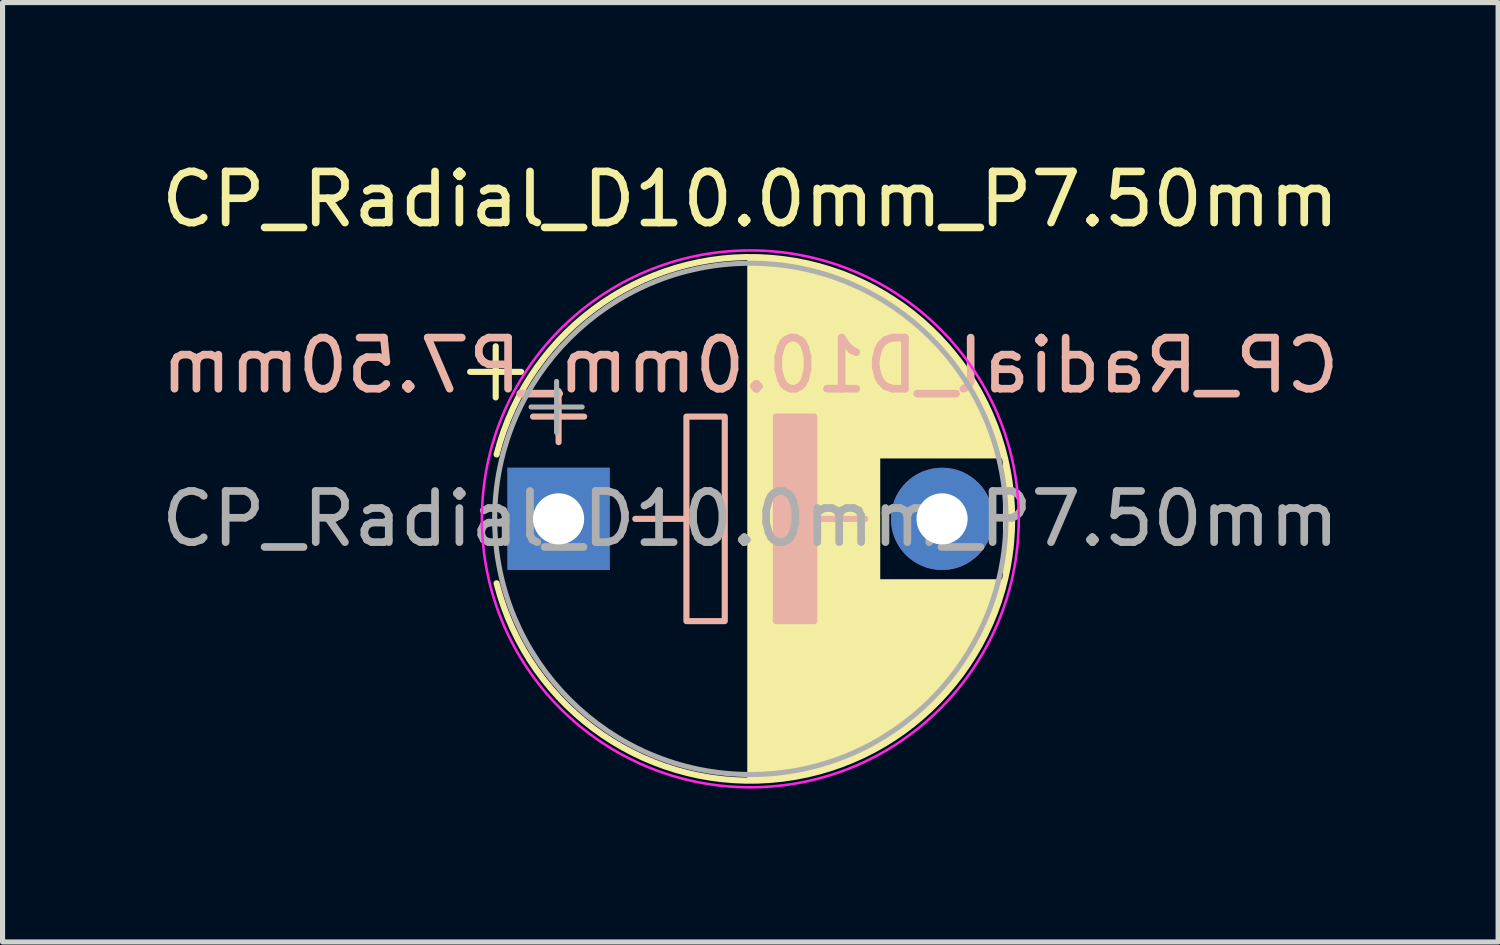
<source format=kicad_pcb>
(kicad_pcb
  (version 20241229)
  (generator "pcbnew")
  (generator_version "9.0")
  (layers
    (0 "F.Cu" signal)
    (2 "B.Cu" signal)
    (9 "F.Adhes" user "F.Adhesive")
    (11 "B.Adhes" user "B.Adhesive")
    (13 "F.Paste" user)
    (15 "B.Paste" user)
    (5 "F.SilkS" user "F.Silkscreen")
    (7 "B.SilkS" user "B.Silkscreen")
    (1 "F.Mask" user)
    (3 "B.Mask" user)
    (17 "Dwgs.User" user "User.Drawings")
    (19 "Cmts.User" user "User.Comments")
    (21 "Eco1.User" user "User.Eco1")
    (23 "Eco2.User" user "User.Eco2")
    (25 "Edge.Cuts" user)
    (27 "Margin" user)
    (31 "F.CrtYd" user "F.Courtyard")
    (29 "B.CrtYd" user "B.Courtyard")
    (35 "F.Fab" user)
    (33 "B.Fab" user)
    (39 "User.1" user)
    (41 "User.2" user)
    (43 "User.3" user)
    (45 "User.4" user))
  (footprint "CP_Radial_D10.0mm_P7.50mm"
    (layer "F.Cu")
    (at 7.875 7.098)
    (property "Reference" "CP_Radial_D10.0mm_P7.50mm" (at 3.75 -6.25 0) (layer "F.SilkS") (effects (font (size 1 1) (thickness 0.15))))
    (fp_line (start -1.73 -2.875) (end -0.73 -2.875) (stroke (width 0.12) (type solid)) (layer "F.SilkS"))
    (fp_line (start -1.23 -3.375) (end -1.23 -2.375) (stroke (width 0.12) (type solid)) (layer "F.SilkS"))
    (fp_line (start 3.75 -5.08) (end 3.75 5.08) (stroke (width 0.12) (type solid)) (layer "F.SilkS"))
    (fp_line (start 3.79 -5.08) (end 3.79 5.08) (stroke (width 0.12) (type solid)) (layer "F.SilkS"))
    (fp_line (start 3.83 -5.08) (end 3.83 5.08) (stroke (width 0.12) (type solid)) (layer "F.SilkS"))
    (fp_line (start 3.87 -5.079) (end 3.87 5.079) (stroke (width 0.12) (type solid)) (layer "F.SilkS"))
    (fp_line (start 3.91 -5.078) (end 3.91 5.078) (stroke (width 0.12) (type solid)) (layer "F.SilkS"))
    (fp_line (start 3.95 -5.077) (end 3.95 5.077) (stroke (width 0.12) (type solid)) (layer "F.SilkS"))
    (fp_line (start 3.99 -5.075) (end 3.99 5.075) (stroke (width 0.12) (type solid)) (layer "F.SilkS"))
    (fp_line (start 4.03 -5.073) (end 4.03 5.073) (stroke (width 0.12) (type solid)) (layer "F.SilkS"))
    (fp_line (start 4.07 -5.07) (end 4.07 5.07) (stroke (width 0.12) (type solid)) (layer "F.SilkS"))
    (fp_line (start 4.11 -5.068) (end 4.11 5.068) (stroke (width 0.12) (type solid)) (layer "F.SilkS"))
    (fp_line (start 4.15 -5.065) (end 4.15 5.065) (stroke (width 0.12) (type solid)) (layer "F.SilkS"))
    (fp_line (start 4.19 -5.062) (end 4.19 5.062) (stroke (width 0.12) (type solid)) (layer "F.SilkS"))
    (fp_line (start 4.23 -5.058) (end 4.23 5.058) (stroke (width 0.12) (type solid)) (layer "F.SilkS"))
    (fp_line (start 4.27 -5.054) (end 4.27 5.054) (stroke (width 0.12) (type solid)) (layer "F.SilkS"))
    (fp_line (start 4.31 -5.05) (end 4.31 5.05) (stroke (width 0.12) (type solid)) (layer "F.SilkS"))
    (fp_line (start 4.35 -5.045) (end 4.35 5.045) (stroke (width 0.12) (type solid)) (layer "F.SilkS"))
    (fp_line (start 4.39 -5.04) (end 4.39 5.04) (stroke (width 0.12) (type solid)) (layer "F.SilkS"))
    (fp_line (start 4.43 -5.035) (end 4.43 5.035) (stroke (width 0.12) (type solid)) (layer "F.SilkS"))
    (fp_line (start 4.471 -5.03) (end 4.471 5.03) (stroke (width 0.12) (type solid)) (layer "F.SilkS"))
    (fp_line (start 4.511 -5.024) (end 4.511 5.024) (stroke (width 0.12) (type solid)) (layer "F.SilkS"))
    (fp_line (start 4.551 -5.018) (end 4.551 5.018) (stroke (width 0.12) (type solid)) (layer "F.SilkS"))
    (fp_line (start 4.591 -5.011) (end 4.591 5.011) (stroke (width 0.12) (type solid)) (layer "F.SilkS"))
    (fp_line (start 4.631 -5.004) (end 4.631 5.004) (stroke (width 0.12) (type solid)) (layer "F.SilkS"))
    (fp_line (start 4.671 -4.997) (end 4.671 4.997) (stroke (width 0.12) (type solid)) (layer "F.SilkS"))
    (fp_line (start 4.711 -4.99) (end 4.711 4.99) (stroke (width 0.12) (type solid)) (layer "F.SilkS"))
    (fp_line (start 4.751 -4.982) (end 4.751 4.982) (stroke (width 0.12) (type solid)) (layer "F.SilkS"))
    (fp_line (start 4.791 -4.974) (end 4.791 4.974) (stroke (width 0.12) (type solid)) (layer "F.SilkS"))
    (fp_line (start 4.831 -4.965) (end 4.831 4.965) (stroke (width 0.12) (type solid)) (layer "F.SilkS"))
    (fp_line (start 4.871 -4.956) (end 4.871 4.956) (stroke (width 0.12) (type solid)) (layer "F.SilkS"))
    (fp_line (start 4.911 -4.947) (end 4.911 4.947) (stroke (width 0.12) (type solid)) (layer "F.SilkS"))
    (fp_line (start 4.951 -4.938) (end 4.951 4.938) (stroke (width 0.12) (type solid)) (layer "F.SilkS"))
    (fp_line (start 4.991 -4.928) (end 4.991 4.928) (stroke (width 0.12) (type solid)) (layer "F.SilkS"))
    (fp_line (start 5.031 -4.918) (end 5.031 4.918) (stroke (width 0.12) (type solid)) (layer "F.SilkS"))
    (fp_line (start 5.071 -4.907) (end 5.071 4.907) (stroke (width 0.12) (type solid)) (layer "F.SilkS"))
    (fp_line (start 5.111 -4.897) (end 5.111 4.897) (stroke (width 0.12) (type solid)) (layer "F.SilkS"))
    (fp_line (start 5.151 -4.885) (end 5.151 4.885) (stroke (width 0.12) (type solid)) (layer "F.SilkS"))
    (fp_line (start 5.191 -4.874) (end 5.191 4.874) (stroke (width 0.12) (type solid)) (layer "F.SilkS"))
    (fp_line (start 5.231 -4.862) (end 5.231 4.862) (stroke (width 0.12) (type solid)) (layer "F.SilkS"))
    (fp_line (start 5.271 -4.85) (end 5.271 4.85) (stroke (width 0.12) (type solid)) (layer "F.SilkS"))
    (fp_line (start 5.311 -4.837) (end 5.311 4.837) (stroke (width 0.12) (type solid)) (layer "F.SilkS"))
    (fp_line (start 5.351 -4.824) (end 5.351 4.824) (stroke (width 0.12) (type solid)) (layer "F.SilkS"))
    (fp_line (start 5.391 -4.811) (end 5.391 4.811) (stroke (width 0.12) (type solid)) (layer "F.SilkS"))
    (fp_line (start 5.431 -4.797) (end 5.431 4.797) (stroke (width 0.12) (type solid)) (layer "F.SilkS"))
    (fp_line (start 5.471 -4.783) (end 5.471 4.783) (stroke (width 0.12) (type solid)) (layer "F.SilkS"))
    (fp_line (start 5.511 -4.768) (end 5.511 4.768) (stroke (width 0.12) (type solid)) (layer "F.SilkS"))
    (fp_line (start 5.551 -4.754) (end 5.551 4.754) (stroke (width 0.12) (type solid)) (layer "F.SilkS"))
    (fp_line (start 5.591 -4.738) (end 5.591 4.738) (stroke (width 0.12) (type solid)) (layer "F.SilkS"))
    (fp_line (start 5.631 -4.723) (end 5.631 4.723) (stroke (width 0.12) (type solid)) (layer "F.SilkS"))
    (fp_line (start 5.671 -4.707) (end 5.671 4.707) (stroke (width 0.12) (type solid)) (layer "F.SilkS"))
    (fp_line (start 5.711 -4.69) (end 5.711 4.69) (stroke (width 0.12) (type solid)) (layer "F.SilkS"))
    (fp_line (start 5.751 -4.674) (end 5.751 4.674) (stroke (width 0.12) (type solid)) (layer "F.SilkS"))
    (fp_line (start 5.791 -4.657) (end 5.791 4.657) (stroke (width 0.12) (type solid)) (layer "F.SilkS"))
    (fp_line (start 5.831 -4.639) (end 5.831 4.639) (stroke (width 0.12) (type solid)) (layer "F.SilkS"))
    (fp_line (start 5.871 -4.621) (end 5.871 4.621) (stroke (width 0.12) (type solid)) (layer "F.SilkS"))
    (fp_line (start 5.911 -4.603) (end 5.911 4.603) (stroke (width 0.12) (type solid)) (layer "F.SilkS"))
    (fp_line (start 5.951 -4.584) (end 5.951 4.584) (stroke (width 0.12) (type solid)) (layer "F.SilkS"))
    (fp_line (start 5.991 -4.564) (end 5.991 4.564) (stroke (width 0.12) (type solid)) (layer "F.SilkS"))
    (fp_line (start 6.031 -4.545) (end 6.031 4.545) (stroke (width 0.12) (type solid)) (layer "F.SilkS"))
    (fp_line (start 6.071 -4.525) (end 6.071 4.525) (stroke (width 0.12) (type solid)) (layer "F.SilkS"))
    (fp_line (start 6.111 -4.504) (end 6.111 4.504) (stroke (width 0.12) (type solid)) (layer "F.SilkS"))
    (fp_line (start 6.151 -4.483) (end 6.151 4.483) (stroke (width 0.12) (type solid)) (layer "F.SilkS"))
    (fp_line (start 6.191 -4.462) (end 6.191 4.462) (stroke (width 0.12) (type solid)) (layer "F.SilkS"))
    (fp_line (start 6.231 -4.44) (end 6.231 4.44) (stroke (width 0.12) (type solid)) (layer "F.SilkS"))
    (fp_line (start 6.271 -4.417) (end 6.271 -1.241) (stroke (width 0.12) (type solid)) (layer "F.SilkS"))
    (fp_line (start 6.271 1.241) (end 6.271 4.417) (stroke (width 0.12) (type solid)) (layer "F.SilkS"))
    (fp_line (start 6.311 -4.395) (end 6.311 -1.241) (stroke (width 0.12) (type solid)) (layer "F.SilkS"))
    (fp_line (start 6.311 1.241) (end 6.311 4.395) (stroke (width 0.12) (type solid)) (layer "F.SilkS"))
    (fp_line (start 6.351 -4.371) (end 6.351 -1.241) (stroke (width 0.12) (type solid)) (layer "F.SilkS"))
    (fp_line (start 6.351 1.241) (end 6.351 4.371) (stroke (width 0.12) (type solid)) (layer "F.SilkS"))
    (fp_line (start 6.391 -4.347) (end 6.391 -1.241) (stroke (width 0.12) (type solid)) (layer "F.SilkS"))
    (fp_line (start 6.391 1.241) (end 6.391 4.347) (stroke (width 0.12) (type solid)) (layer "F.SilkS"))
    (fp_line (start 6.431 -4.323) (end 6.431 -1.241) (stroke (width 0.12) (type solid)) (layer "F.SilkS"))
    (fp_line (start 6.431 1.241) (end 6.431 4.323) (stroke (width 0.12) (type solid)) (layer "F.SilkS"))
    (fp_line (start 6.471 -4.298) (end 6.471 -1.241) (stroke (width 0.12) (type solid)) (layer "F.SilkS"))
    (fp_line (start 6.471 1.241) (end 6.471 4.298) (stroke (width 0.12) (type solid)) (layer "F.SilkS"))
    (fp_line (start 6.511 -4.273) (end 6.511 -1.241) (stroke (width 0.12) (type solid)) (layer "F.SilkS"))
    (fp_line (start 6.511 1.241) (end 6.511 4.273) (stroke (width 0.12) (type solid)) (layer "F.SilkS"))
    (fp_line (start 6.551 -4.247) (end 6.551 -1.241) (stroke (width 0.12) (type solid)) (layer "F.SilkS"))
    (fp_line (start 6.551 1.241) (end 6.551 4.247) (stroke (width 0.12) (type solid)) (layer "F.SilkS"))
    (fp_line (start 6.591 -4.221) (end 6.591 -1.241) (stroke (width 0.12) (type solid)) (layer "F.SilkS"))
    (fp_line (start 6.591 1.241) (end 6.591 4.221) (stroke (width 0.12) (type solid)) (layer "F.SilkS"))
    (fp_line (start 6.631 -4.194) (end 6.631 -1.241) (stroke (width 0.12) (type solid)) (layer "F.SilkS"))
    (fp_line (start 6.631 1.241) (end 6.631 4.194) (stroke (width 0.12) (type solid)) (layer "F.SilkS"))
    (fp_line (start 6.671 -4.166) (end 6.671 -1.241) (stroke (width 0.12) (type solid)) (layer "F.SilkS"))
    (fp_line (start 6.671 1.241) (end 6.671 4.166) (stroke (width 0.12) (type solid)) (layer "F.SilkS"))
    (fp_line (start 6.711 -4.138) (end 6.711 -1.241) (stroke (width 0.12) (type solid)) (layer "F.SilkS"))
    (fp_line (start 6.711 1.241) (end 6.711 4.138) (stroke (width 0.12) (type solid)) (layer "F.SilkS"))
    (fp_line (start 6.751 -4.11) (end 6.751 -1.241) (stroke (width 0.12) (type solid)) (layer "F.SilkS"))
    (fp_line (start 6.751 1.241) (end 6.751 4.11) (stroke (width 0.12) (type solid)) (layer "F.SilkS"))
    (fp_line (start 6.791 -4.08) (end 6.791 -1.241) (stroke (width 0.12) (type solid)) (layer "F.SilkS"))
    (fp_line (start 6.791 1.241) (end 6.791 4.08) (stroke (width 0.12) (type solid)) (layer "F.SilkS"))
    (fp_line (start 6.831 -4.05) (end 6.831 -1.241) (stroke (width 0.12) (type solid)) (layer "F.SilkS"))
    (fp_line (start 6.831 1.241) (end 6.831 4.05) (stroke (width 0.12) (type solid)) (layer "F.SilkS"))
    (fp_line (start 6.871 -4.02) (end 6.871 -1.241) (stroke (width 0.12) (type solid)) (layer "F.SilkS"))
    (fp_line (start 6.871 1.241) (end 6.871 4.02) (stroke (width 0.12) (type solid)) (layer "F.SilkS"))
    (fp_line (start 6.911 -3.989) (end 6.911 -1.241) (stroke (width 0.12) (type solid)) (layer "F.SilkS"))
    (fp_line (start 6.911 1.241) (end 6.911 3.989) (stroke (width 0.12) (type solid)) (layer "F.SilkS"))
    (fp_line (start 6.951 -3.957) (end 6.951 -1.241) (stroke (width 0.12) (type solid)) (layer "F.SilkS"))
    (fp_line (start 6.951 1.241) (end 6.951 3.957) (stroke (width 0.12) (type solid)) (layer "F.SilkS"))
    (fp_line (start 6.991 -3.925) (end 6.991 -1.241) (stroke (width 0.12) (type solid)) (layer "F.SilkS"))
    (fp_line (start 6.991 1.241) (end 6.991 3.925) (stroke (width 0.12) (type solid)) (layer "F.SilkS"))
    (fp_line (start 7.031 -3.892) (end 7.031 -1.241) (stroke (width 0.12) (type solid)) (layer "F.SilkS"))
    (fp_line (start 7.031 1.241) (end 7.031 3.892) (stroke (width 0.12) (type solid)) (layer "F.SilkS"))
    (fp_line (start 7.071 -3.858) (end 7.071 -1.241) (stroke (width 0.12) (type solid)) (layer "F.SilkS"))
    (fp_line (start 7.071 1.241) (end 7.071 3.858) (stroke (width 0.12) (type solid)) (layer "F.SilkS"))
    (fp_line (start 7.111 -3.824) (end 7.111 -1.241) (stroke (width 0.12) (type solid)) (layer "F.SilkS"))
    (fp_line (start 7.111 1.241) (end 7.111 3.824) (stroke (width 0.12) (type solid)) (layer "F.SilkS"))
    (fp_line (start 7.151 -3.789) (end 7.151 -1.241) (stroke (width 0.12) (type solid)) (layer "F.SilkS"))
    (fp_line (start 7.151 1.241) (end 7.151 3.789) (stroke (width 0.12) (type solid)) (layer "F.SilkS"))
    (fp_line (start 7.191 -3.753) (end 7.191 -1.241) (stroke (width 0.12) (type solid)) (layer "F.SilkS"))
    (fp_line (start 7.191 1.241) (end 7.191 3.753) (stroke (width 0.12) (type solid)) (layer "F.SilkS"))
    (fp_line (start 7.231 -3.716) (end 7.231 -1.241) (stroke (width 0.12) (type solid)) (layer "F.SilkS"))
    (fp_line (start 7.231 1.241) (end 7.231 3.716) (stroke (width 0.12) (type solid)) (layer "F.SilkS"))
    (fp_line (start 7.271 -3.679) (end 7.271 -1.241) (stroke (width 0.12) (type solid)) (layer "F.SilkS"))
    (fp_line (start 7.271 1.241) (end 7.271 3.679) (stroke (width 0.12) (type solid)) (layer "F.SilkS"))
    (fp_line (start 7.311 -3.64) (end 7.311 -1.241) (stroke (width 0.12) (type solid)) (layer "F.SilkS"))
    (fp_line (start 7.311 1.241) (end 7.311 3.64) (stroke (width 0.12) (type solid)) (layer "F.SilkS"))
    (fp_line (start 7.351 -3.601) (end 7.351 -1.241) (stroke (width 0.12) (type solid)) (layer "F.SilkS"))
    (fp_line (start 7.351 1.241) (end 7.351 3.601) (stroke (width 0.12) (type solid)) (layer "F.SilkS"))
    (fp_line (start 7.391 -3.561) (end 7.391 -1.241) (stroke (width 0.12) (type solid)) (layer "F.SilkS"))
    (fp_line (start 7.391 1.241) (end 7.391 3.561) (stroke (width 0.12) (type solid)) (layer "F.SilkS"))
    (fp_line (start 7.431 -3.52) (end 7.431 -1.241) (stroke (width 0.12) (type solid)) (layer "F.SilkS"))
    (fp_line (start 7.431 1.241) (end 7.431 3.52) (stroke (width 0.12) (type solid)) (layer "F.SilkS"))
    (fp_line (start 7.471 -3.478) (end 7.471 -1.241) (stroke (width 0.12) (type solid)) (layer "F.SilkS"))
    (fp_line (start 7.471 1.241) (end 7.471 3.478) (stroke (width 0.12) (type solid)) (layer "F.SilkS"))
    (fp_line (start 7.511 -3.436) (end 7.511 -1.241) (stroke (width 0.12) (type solid)) (layer "F.SilkS"))
    (fp_line (start 7.511 1.241) (end 7.511 3.436) (stroke (width 0.12) (type solid)) (layer "F.SilkS"))
    (fp_line (start 7.551 -3.392) (end 7.551 -1.241) (stroke (width 0.12) (type solid)) (layer "F.SilkS"))
    (fp_line (start 7.551 1.241) (end 7.551 3.392) (stroke (width 0.12) (type solid)) (layer "F.SilkS"))
    (fp_line (start 7.591 -3.347) (end 7.591 -1.241) (stroke (width 0.12) (type solid)) (layer "F.SilkS"))
    (fp_line (start 7.591 1.241) (end 7.591 3.347) (stroke (width 0.12) (type solid)) (layer "F.SilkS"))
    (fp_line (start 7.631 -3.301) (end 7.631 -1.241) (stroke (width 0.12) (type solid)) (layer "F.SilkS"))
    (fp_line (start 7.631 1.241) (end 7.631 3.301) (stroke (width 0.12) (type solid)) (layer "F.SilkS"))
    (fp_line (start 7.671 -3.254) (end 7.671 -1.241) (stroke (width 0.12) (type solid)) (layer "F.SilkS"))
    (fp_line (start 7.671 1.241) (end 7.671 3.254) (stroke (width 0.12) (type solid)) (layer "F.SilkS"))
    (fp_line (start 7.711 -3.206) (end 7.711 -1.241) (stroke (width 0.12) (type solid)) (layer "F.SilkS"))
    (fp_line (start 7.711 1.241) (end 7.711 3.206) (stroke (width 0.12) (type solid)) (layer "F.SilkS"))
    (fp_line (start 7.751 -3.156) (end 7.751 -1.241) (stroke (width 0.12) (type solid)) (layer "F.SilkS"))
    (fp_line (start 7.751 1.241) (end 7.751 3.156) (stroke (width 0.12) (type solid)) (layer "F.SilkS"))
    (fp_line (start 7.791 -3.106) (end 7.791 -1.241) (stroke (width 0.12) (type solid)) (layer "F.SilkS"))
    (fp_line (start 7.791 1.241) (end 7.791 3.106) (stroke (width 0.12) (type solid)) (layer "F.SilkS"))
    (fp_line (start 7.831 -3.054) (end 7.831 -1.241) (stroke (width 0.12) (type solid)) (layer "F.SilkS"))
    (fp_line (start 7.831 1.241) (end 7.831 3.054) (stroke (width 0.12) (type solid)) (layer "F.SilkS"))
    (fp_line (start 7.871 -3) (end 7.871 -1.241) (stroke (width 0.12) (type solid)) (layer "F.SilkS"))
    (fp_line (start 7.871 1.241) (end 7.871 3) (stroke (width 0.12) (type solid)) (layer "F.SilkS"))
    (fp_line (start 7.911 -2.945) (end 7.911 -1.241) (stroke (width 0.12) (type solid)) (layer "F.SilkS"))
    (fp_line (start 7.911 1.241) (end 7.911 2.945) (stroke (width 0.12) (type solid)) (layer "F.SilkS"))
    (fp_line (start 7.951 -2.889) (end 7.951 -1.241) (stroke (width 0.12) (type solid)) (layer "F.SilkS"))
    (fp_line (start 7.951 1.241) (end 7.951 2.889) (stroke (width 0.12) (type solid)) (layer "F.SilkS"))
    (fp_line (start 7.991 -2.83) (end 7.991 -1.241) (stroke (width 0.12) (type solid)) (layer "F.SilkS"))
    (fp_line (start 7.991 1.241) (end 7.991 2.83) (stroke (width 0.12) (type solid)) (layer "F.SilkS"))
    (fp_line (start 8.031 -2.77) (end 8.031 -1.241) (stroke (width 0.12) (type solid)) (layer "F.SilkS"))
    (fp_line (start 8.031 1.241) (end 8.031 2.77) (stroke (width 0.12) (type solid)) (layer "F.SilkS"))
    (fp_line (start 8.071 -2.709) (end 8.071 -1.241) (stroke (width 0.12) (type solid)) (layer "F.SilkS"))
    (fp_line (start 8.071 1.241) (end 8.071 2.709) (stroke (width 0.12) (type solid)) (layer "F.SilkS"))
    (fp_line (start 8.111 -2.645) (end 8.111 -1.241) (stroke (width 0.12) (type solid)) (layer "F.SilkS"))
    (fp_line (start 8.111 1.241) (end 8.111 2.645) (stroke (width 0.12) (type solid)) (layer "F.SilkS"))
    (fp_line (start 8.151 -2.579) (end 8.151 -1.241) (stroke (width 0.12) (type solid)) (layer "F.SilkS"))
    (fp_line (start 8.151 1.241) (end 8.151 2.579) (stroke (width 0.12) (type solid)) (layer "F.SilkS"))
    (fp_line (start 8.191 -2.51) (end 8.191 -1.241) (stroke (width 0.12) (type solid)) (layer "F.SilkS"))
    (fp_line (start 8.191 1.241) (end 8.191 2.51) (stroke (width 0.12) (type solid)) (layer "F.SilkS"))
    (fp_line (start 8.231 -2.439) (end 8.231 -1.241) (stroke (width 0.12) (type solid)) (layer "F.SilkS"))
    (fp_line (start 8.231 1.241) (end 8.231 2.439) (stroke (width 0.12) (type solid)) (layer "F.SilkS"))
    (fp_line (start 8.271 -2.365) (end 8.271 -1.241) (stroke (width 0.12) (type solid)) (layer "F.SilkS"))
    (fp_line (start 8.271 1.241) (end 8.271 2.365) (stroke (width 0.12) (type solid)) (layer "F.SilkS"))
    (fp_line (start 8.311 -2.289) (end 8.311 -1.241) (stroke (width 0.12) (type solid)) (layer "F.SilkS"))
    (fp_line (start 8.311 1.241) (end 8.311 2.289) (stroke (width 0.12) (type solid)) (layer "F.SilkS"))
    (fp_line (start 8.351 -2.209) (end 8.351 -1.241) (stroke (width 0.12) (type solid)) (layer "F.SilkS"))
    (fp_line (start 8.351 1.241) (end 8.351 2.209) (stroke (width 0.12) (type solid)) (layer "F.SilkS"))
    (fp_line (start 8.391 -2.125) (end 8.391 -1.241) (stroke (width 0.12) (type solid)) (layer "F.SilkS"))
    (fp_line (start 8.391 1.241) (end 8.391 2.125) (stroke (width 0.12) (type solid)) (layer "F.SilkS"))
    (fp_line (start 8.431 -2.037) (end 8.431 -1.241) (stroke (width 0.12) (type solid)) (layer "F.SilkS"))
    (fp_line (start 8.431 1.241) (end 8.431 2.037) (stroke (width 0.12) (type solid)) (layer "F.SilkS"))
    (fp_line (start 8.471 -1.944) (end 8.471 -1.241) (stroke (width 0.12) (type solid)) (layer "F.SilkS"))
    (fp_line (start 8.471 1.241) (end 8.471 1.944) (stroke (width 0.12) (type solid)) (layer "F.SilkS"))
    (fp_line (start 8.511 -1.846) (end 8.511 -1.241) (stroke (width 0.12) (type solid)) (layer "F.SilkS"))
    (fp_line (start 8.511 1.241) (end 8.511 1.846) (stroke (width 0.12) (type solid)) (layer "F.SilkS"))
    (fp_line (start 8.551 -1.742) (end 8.551 -1.241) (stroke (width 0.12) (type solid)) (layer "F.SilkS"))
    (fp_line (start 8.551 1.241) (end 8.551 1.742) (stroke (width 0.12) (type solid)) (layer "F.SilkS"))
    (fp_line (start 8.591 -1.63) (end 8.591 -1.241) (stroke (width 0.12) (type solid)) (layer "F.SilkS"))
    (fp_line (start 8.591 1.241) (end 8.591 1.63) (stroke (width 0.12) (type solid)) (layer "F.SilkS"))
    (fp_line (start 8.631 -1.51) (end 8.631 -1.241) (stroke (width 0.12) (type solid)) (layer "F.SilkS"))
    (fp_line (start 8.631 1.241) (end 8.631 1.51) (stroke (width 0.12) (type solid)) (layer "F.SilkS"))
    (fp_line (start 8.671 -1.378) (end 8.671 -1.241) (stroke (width 0.12) (type solid)) (layer "F.SilkS"))
    (fp_line (start 8.671 1.241) (end 8.671 1.378) (stroke (width 0.12) (type solid)) (layer "F.SilkS"))
    (fp_line (start 8.751 -1.062) (end 8.751 1.062) (stroke (width 0.12) (type solid)) (layer "F.SilkS"))
    (fp_line (start 8.791 -0.862) (end 8.791 0.862) (stroke (width 0.12) (type solid)) (layer "F.SilkS"))
    (fp_line (start 8.831 -0.599) (end 8.831 0.599) (stroke (width 0.12) (type solid)) (layer "F.SilkS"))
    (fp_arc (start -1.21254 -1.26) (mid 8.87 0) (end -1.21254 1.26) (stroke (width 0.12) (type solid)) (layer "F.SilkS"))
    (fp_line (start 0 -2.5) (end 0 -1.5) (stroke (width 0.12) (type solid)) (layer "B.SilkS"))
    (fp_line (start 0.5 -2) (end -0.5 -2) (stroke (width 0.12) (type solid)) (layer "B.SilkS"))
    (fp_line (start 2.5 0) (end 1.5 0) (stroke (width 0.12) (type solid)) (layer "B.SilkS"))
    (fp_line (start 6 0) (end 5 0) (stroke (width 0.12) (type solid)) (layer "B.SilkS"))
    (fp_rect (start 2.5 -2) (end 3.25 2) (stroke (width 0.12) (type solid)) (fill no) (layer "B.SilkS"))
    (fp_rect (start 4.25 -2) (end 5 2) (stroke (width 0.12) (type solid)) (fill yes) (layer "B.SilkS"))
    (fp_circle (center 3.75 0) (end 9 0) (stroke (width 0.05) (type solid)) (fill no) (layer "F.CrtYd"))
    (fp_line (start -0.539 -2.188) (end 0.461 -2.188) (stroke (width 0.1) (type solid)) (layer "F.Fab"))
    (fp_line (start -0.039 -2.688) (end -0.039 -1.688) (stroke (width 0.1) (type solid)) (layer "F.Fab"))
    (fp_circle (center 3.75 0) (end 8.75 0) (stroke (width 0.1) (type solid)) (fill no) (layer "F.Fab"))
    (fp_text user "${REFERENCE}" (at 3.75 -3 0) (layer "B.SilkS") (effects (font (size 1 1) (thickness 0.15)) (justify mirror)))
    (fp_text user "${REFERENCE}" (at 3.75 0 0) (layer "F.Fab") (effects (font (size 1 1) (thickness 0.15))))
    (pad "1" thru_hole rect (at 0 0) (size 2 2) (drill 1) (layers "*.Cu" "*.Mask"))
    (pad "2" thru_hole circle (at 7.5 0) (size 2 2) (drill 1) (layers "*.Cu" "*.Mask")))
  (gr_rect
    (start -3 -3)
    (end 26.25 15.373)
    (stroke (width 0.1) (type default))
    (fill no)
    (layer "Edge.Cuts")))
</source>
